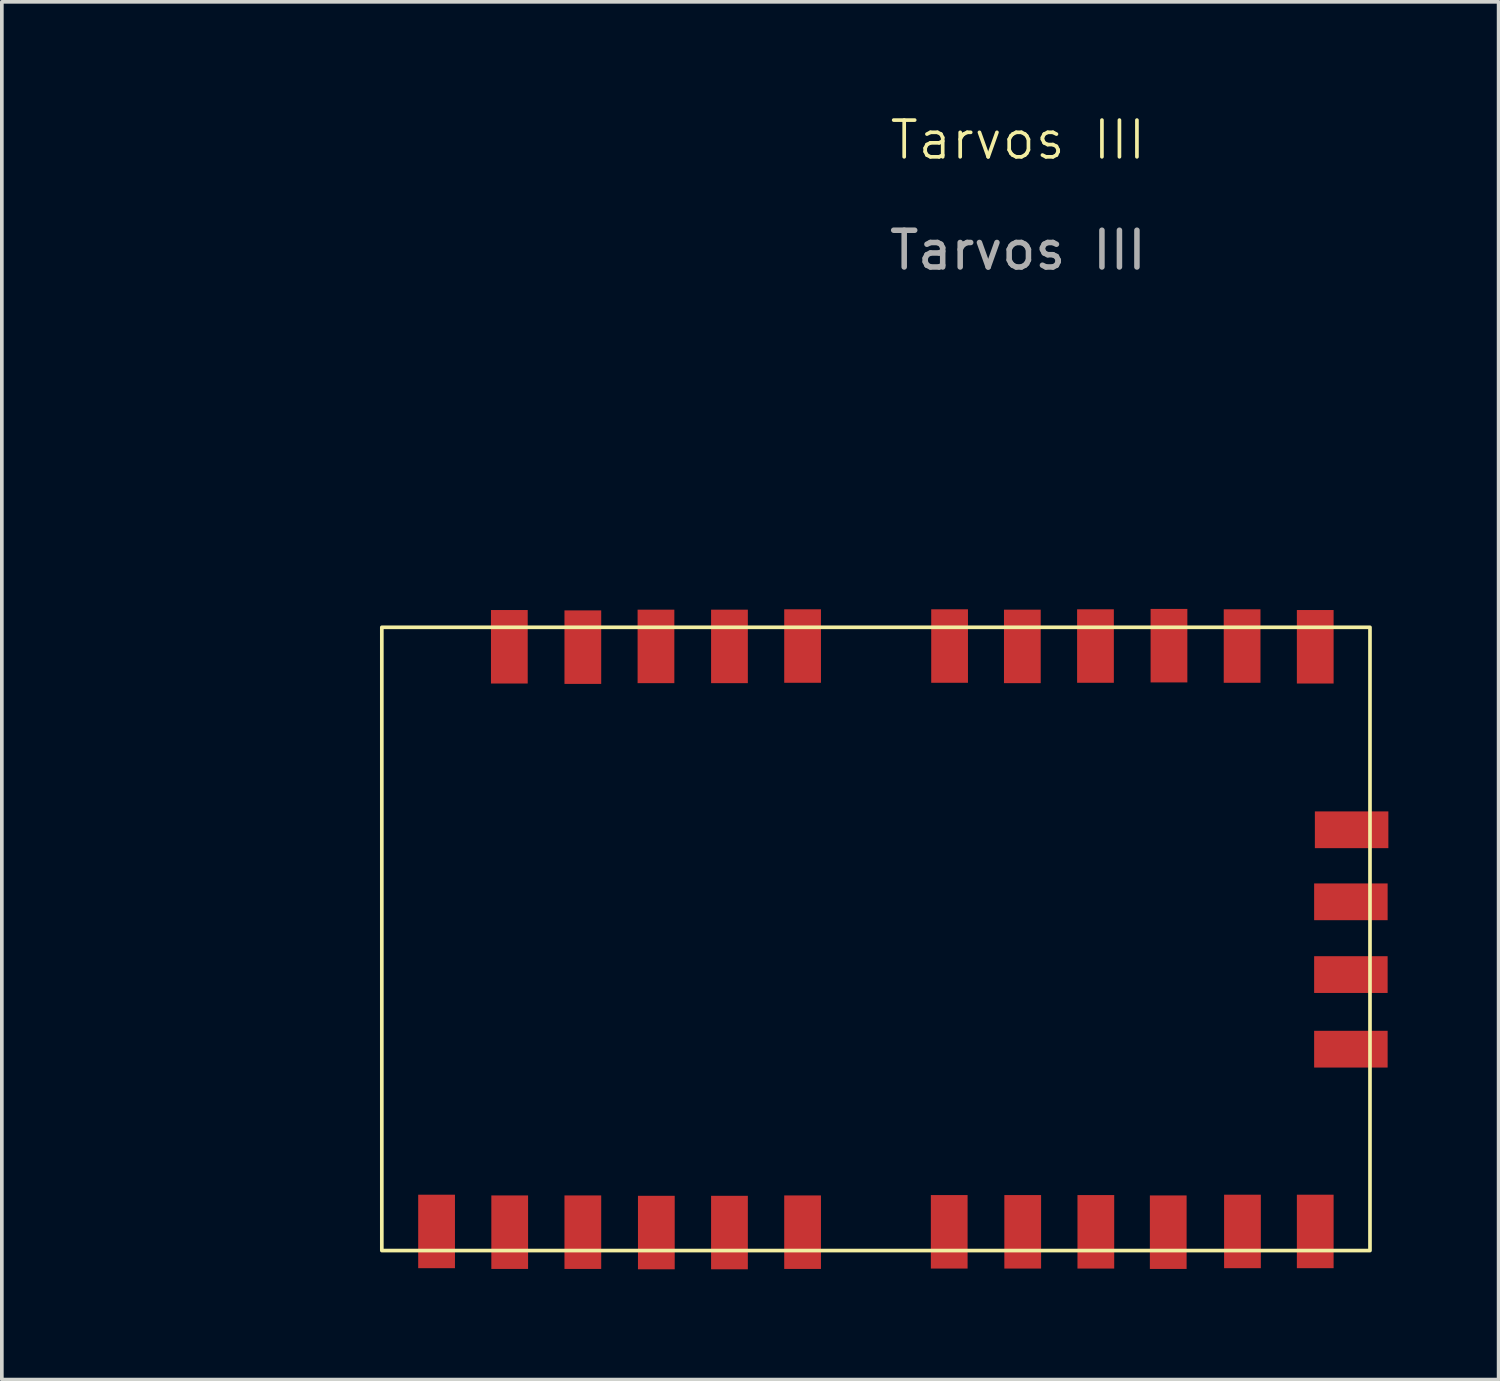
<source format=kicad_pcb>
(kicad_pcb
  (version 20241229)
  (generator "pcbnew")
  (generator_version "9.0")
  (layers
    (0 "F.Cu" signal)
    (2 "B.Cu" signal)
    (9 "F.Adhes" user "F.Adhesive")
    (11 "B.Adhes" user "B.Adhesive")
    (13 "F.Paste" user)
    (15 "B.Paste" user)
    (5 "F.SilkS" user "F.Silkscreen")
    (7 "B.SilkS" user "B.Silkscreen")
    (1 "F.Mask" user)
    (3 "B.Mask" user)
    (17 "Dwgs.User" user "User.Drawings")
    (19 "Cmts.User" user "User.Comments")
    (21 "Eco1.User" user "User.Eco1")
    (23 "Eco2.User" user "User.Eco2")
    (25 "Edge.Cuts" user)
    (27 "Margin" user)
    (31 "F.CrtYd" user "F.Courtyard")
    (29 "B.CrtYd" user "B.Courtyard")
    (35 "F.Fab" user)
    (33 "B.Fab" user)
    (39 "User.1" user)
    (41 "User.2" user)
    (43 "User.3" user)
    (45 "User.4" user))
  (footprint "Tarvos III"
    (layer "F.Cu")
    (at 24.65 5.63)
    (property "Reference" "Tarvos III" (at 0 -4.87 0) (unlocked yes) (layer "F.SilkS") (effects (font (size 1 1) (thickness 0.1))))
    (attr smd)
    (fp_rect (start -17.31 8.39) (end 9.58 25.35) (stroke (width 0.1) (type default)) (fill no) (layer "F.SilkS"))
    (fp_text user "${REFERENCE}" (at 0 -1.87 0) (unlocked yes) (layer "F.Fab") (effects (font (size 1 1) (thickness 0.15))))
    (pad "1" smd rect (at -15.82 24.83) (size 1 2) (layers "F.Cu" "F.Mask" "F.Paste"))
    (pad "2" smd rect (at -13.83 24.85) (size 1 2) (layers "F.Cu" "F.Mask" "F.Paste"))
    (pad "3" smd rect (at -11.84 24.85) (size 1 2) (layers "F.Cu" "F.Mask" "F.Paste"))
    (pad "4" smd rect (at -9.84 24.86) (size 1 2) (layers "F.Cu" "F.Mask" "F.Paste"))
    (pad "5" smd rect (at -7.85 24.86) (size 1 2) (layers "F.Cu" "F.Mask" "F.Paste"))
    (pad "6" smd rect (at -5.86 24.85) (size 1 2) (layers "F.Cu" "F.Mask" "F.Paste"))
    (pad "7" smd rect (at -1.87 24.84) (size 1 2) (layers "F.Cu" "F.Mask" "F.Paste"))
    (pad "8" smd rect (at 0.13 24.84) (size 1 2) (layers "F.Cu" "F.Mask" "F.Paste"))
    (pad "9" smd rect (at 2.12 24.84) (size 1 2) (layers "F.Cu" "F.Mask" "F.Paste"))
    (pad "10" smd rect (at 4.09 24.85) (size 1 2) (layers "F.Cu" "F.Mask" "F.Paste"))
    (pad "11" smd rect (at 6.11 24.83) (size 1 2) (layers "F.Cu" "F.Mask" "F.Paste"))
    (pad "12" smd rect (at 8.09 24.83) (size 1 2) (layers "F.Cu" "F.Mask" "F.Paste"))
    (pad "13" smd rect (at 8.09 8.92) (size 1 2) (layers "F.Cu" "F.Mask" "F.Paste"))
    (pad "14" smd rect (at 6.1 8.9) (size 1 2) (layers "F.Cu" "F.Mask" "F.Paste"))
    (pad "15" smd rect (at 4.11 8.89) (size 1 2) (layers "F.Cu" "F.Mask" "F.Paste"))
    (pad "16" smd rect (at 2.11 8.9) (size 1 2) (layers "F.Cu" "F.Mask" "F.Paste"))
    (pad "17" smd rect (at 0.12 8.91) (size 1 2) (layers "F.Cu" "F.Mask" "F.Paste"))
    (pad "18" smd rect (at -1.86 8.9) (size 1 2) (layers "F.Cu" "F.Mask" "F.Paste"))
    (pad "19" smd rect (at -5.86 8.9) (size 1 2) (layers "F.Cu" "F.Mask" "F.Paste"))
    (pad "20" smd rect (at -7.85 8.91) (size 1 2) (layers "F.Cu" "F.Mask" "F.Paste"))
    (pad "21" smd rect (at -9.85 8.91) (size 1 2) (layers "F.Cu" "F.Mask" "F.Paste"))
    (pad "22" smd rect (at -11.84 8.93) (size 1 2) (layers "F.Cu" "F.Mask" "F.Paste"))
    (pad "23" smd rect (at -13.84 8.92) (size 1 2) (layers "F.Cu" "F.Mask" "F.Paste"))
    (pad "i1" smd rect (at 9.06 19.87 90) (size 1 2) (layers "F.Cu" "F.Mask" "F.Paste"))
    (pad "i2" smd rect (at 9.06 17.84 90) (size 1 2) (layers "F.Cu" "F.Mask" "F.Paste"))
    (pad "i3" smd rect (at 9.06 15.86 90) (size 1 2) (layers "F.Cu" "F.Mask" "F.Paste"))
    (pad "i4" smd rect (at 9.08 13.9 90) (size 1 2) (layers "F.Cu" "F.Mask" "F.Paste"))
    (zone (net_name "") (layers "F.Cu" "B.Cu") (name "keepout") (hatch edge 0.5) (connect_pads) (min_thickness 0.25) (filled_areas_thickness no) (keepout (tracks allowed) (vias not_allowed) (pads allowed) (copperpour allowed) (footprints allowed)) (placement (enabled no)) (fill) (polygon (pts (xy 14.52 27.73) (xy 0 27.851) (xy 0.88 8.601) (xy 14.58 8.601) (xy 14.52 27.721)))))
  (gr_rect
    (start -3 -3)
    (end 37.73 34.49)
    (stroke (width 0.1) (type default))
    (fill no)
    (layer "Edge.Cuts")))
</source>
